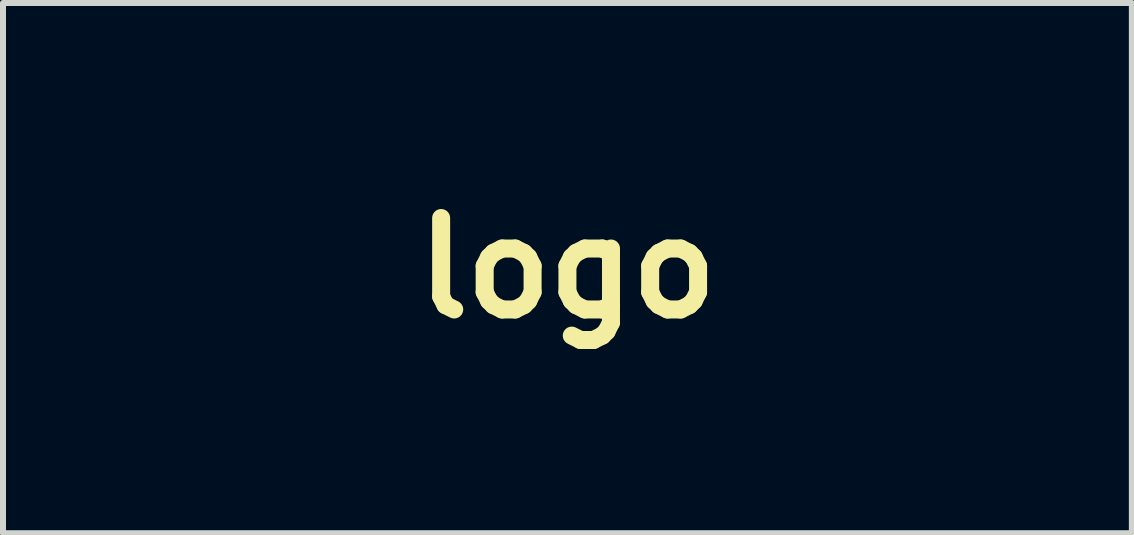
<source format=kicad_pcb>
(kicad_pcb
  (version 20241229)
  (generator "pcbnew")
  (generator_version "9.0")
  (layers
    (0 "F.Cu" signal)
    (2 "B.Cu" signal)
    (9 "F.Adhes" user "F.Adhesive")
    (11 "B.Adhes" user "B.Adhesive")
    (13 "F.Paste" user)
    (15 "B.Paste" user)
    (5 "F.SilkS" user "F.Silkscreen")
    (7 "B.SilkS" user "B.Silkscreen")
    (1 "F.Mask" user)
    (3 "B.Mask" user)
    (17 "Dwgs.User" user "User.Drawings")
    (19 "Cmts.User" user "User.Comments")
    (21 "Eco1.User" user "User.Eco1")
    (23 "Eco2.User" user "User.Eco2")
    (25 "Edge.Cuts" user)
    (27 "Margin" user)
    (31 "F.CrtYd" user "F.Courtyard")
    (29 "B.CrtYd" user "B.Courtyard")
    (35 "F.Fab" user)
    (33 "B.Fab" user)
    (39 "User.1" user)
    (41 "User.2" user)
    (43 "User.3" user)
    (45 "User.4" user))
  (footprint "logo"
    (layer "F.Cu")
    (at 6.406 1.418)
    (property "Reference" "logo" (at 0 0 0) (layer "F.SilkS") (effects (font (size 1.524 1.524) (thickness 0.3))))
    (attr through_hole)
    (fp_poly (pts (xy -4.657 -0.631) (xy -4.611 -0.623) (xy -4.593 -0.603) (xy -4.596 -0.557) (xy -4.604 -0.514) (xy -4.621 -0.447) (xy -4.644 -0.416) (xy -4.688 -0.407) (xy -4.716 -0.406) (xy -4.806 -0.406) (xy -4.789 -0.502) (xy -4.769 -0.582) (xy -4.74 -0.622) (xy -4.691 -0.633) (xy -4.657 -0.631)) (stroke (width 0.01) (type solid)) (fill no) (layer "Eco2.User"))
    (fp_poly (pts (xy 4.081 -0.631) (xy 4.126 -0.623) (xy 4.144 -0.603) (xy 4.141 -0.557) (xy 4.133 -0.514) (xy 4.117 -0.447) (xy 4.094 -0.416) (xy 4.049 -0.407) (xy 4.022 -0.406) (xy 3.931 -0.406) (xy 3.949 -0.502) (xy 3.969 -0.582) (xy 3.998 -0.622) (xy 4.047 -0.633) (xy 4.081 -0.631)) (stroke (width 0.01) (type solid)) (fill no) (layer "Eco2.User"))
    (fp_poly (pts (xy -4.774 -0.226) (xy -4.704 -0.217) (xy -4.674 -0.205) (xy -4.674 -0.203) (xy -4.679 -0.169) (xy -4.693 -0.096) (xy -4.713 0.004) (xy -4.737 0.117) (xy -4.762 0.234) (xy -4.782 0.333) (xy -4.796 0.403) (xy -4.801 0.434) (xy -4.778 0.446) (xy -4.718 0.455) (xy -4.653 0.457) (xy -4.505 0.457) (xy -4.516 0.533) (xy -4.527 0.61) (xy -5.287 0.61) (xy -5.279 0.54) (xy -5.271 0.501) (xy -5.251 0.48) (xy -5.207 0.469) (xy -5.125 0.463) (xy -5.114 0.462) (xy -4.957 0.455) (xy -4.918 0.285) (xy -4.896 0.181) (xy -4.875 0.081) (xy -4.863 0.019) (xy -4.846 -0.076) (xy -4.978 -0.076) (xy -5.056 -0.079) (xy -5.092 -0.088) (xy -5.098 -0.108) (xy -5.095 -0.116) (xy -5.081 -0.174) (xy -5.08 -0.193) (xy -5.069 -0.211) (xy -5.029 -0.223) (xy -4.953 -0.228) (xy -4.877 -0.229) (xy -4.774 -0.226)) (stroke (width 0.01) (type solid)) (fill no) (layer "Eco2.User"))
    (fp_poly (pts (xy 3.964 -0.226) (xy 4.034 -0.217) (xy 4.064 -0.205) (xy 4.064 -0.203) (xy 4.059 -0.169) (xy 4.045 -0.096) (xy 4.024 0.004) (xy 4 0.117) (xy 3.976 0.234) (xy 3.955 0.333) (xy 3.942 0.403) (xy 3.937 0.434) (xy 3.96 0.446) (xy 4.02 0.455) (xy 4.085 0.457) (xy 4.233 0.457) (xy 4.222 0.533) (xy 4.211 0.61) (xy 3.451 0.61) (xy 3.459 0.54) (xy 3.467 0.501) (xy 3.486 0.48) (xy 3.531 0.469) (xy 3.612 0.463) (xy 3.624 0.462) (xy 3.781 0.455) (xy 3.819 0.285) (xy 3.842 0.181) (xy 3.862 0.081) (xy 3.875 0.019) (xy 3.892 -0.076) (xy 3.759 -0.076) (xy 3.682 -0.079) (xy 3.645 -0.088) (xy 3.64 -0.108) (xy 3.642 -0.116) (xy 3.656 -0.174) (xy 3.658 -0.193) (xy 3.669 -0.211) (xy 3.709 -0.223) (xy 3.785 -0.228) (xy 3.861 -0.229) (xy 3.964 -0.226)) (stroke (width 0.01) (type solid)) (fill no) (layer "Eco2.User"))
    (fp_poly (pts (xy 6.258 -0.512) (xy 6.29 -0.502) (xy 6.298 -0.484) (xy 6.298 -0.483) (xy 6.293 -0.446) (xy 6.279 -0.369) (xy 6.257 -0.26) (xy 6.229 -0.128) (xy 6.202 0) (xy 6.106 0.445) (xy 6.253 0.452) (xy 6.343 0.461) (xy 6.39 0.479) (xy 6.401 0.514) (xy 6.385 0.569) (xy 6.373 0.585) (xy 6.343 0.596) (xy 6.29 0.604) (xy 6.205 0.608) (xy 6.08 0.609) (xy 5.996 0.61) (xy 5.622 0.61) (xy 5.633 0.533) (xy 5.642 0.492) (xy 5.66 0.469) (xy 5.7 0.459) (xy 5.775 0.457) (xy 5.802 0.457) (xy 5.96 0.457) (xy 6.041 0.081) (xy 6.069 -0.053) (xy 6.093 -0.172) (xy 6.111 -0.266) (xy 6.12 -0.325) (xy 6.121 -0.338) (xy 6.115 -0.362) (xy 6.088 -0.372) (xy 6.029 -0.37) (xy 5.98 -0.365) (xy 5.839 -0.348) (xy 5.857 -0.422) (xy 5.87 -0.475) (xy 5.877 -0.499) (xy 5.902 -0.502) (xy 5.966 -0.506) (xy 6.056 -0.51) (xy 6.09 -0.512) (xy 6.195 -0.515) (xy 6.258 -0.512)) (stroke (width 0.01) (type solid)) (fill no) (layer "Eco2.User"))
    (fp_poly (pts (xy 3.136 -0.242) (xy 3.176 -0.231) (xy 3.259 -0.187) (xy 3.323 -0.118) (xy 3.352 -0.039) (xy 3.353 -0.027) (xy 3.333 -0.003) (xy 3.287 0.000353) (xy 3.232 -0.013) (xy 3.188 -0.041) (xy 3.181 -0.051) (xy 3.129 -0.096) (xy 3.058 -0.095) (xy 2.969 -0.046) (xy 2.895 0.016) (xy 2.832 0.078) (xy 2.789 0.134) (xy 2.758 0.198) (xy 2.731 0.285) (xy 2.707 0.387) (xy 2.691 0.457) (xy 2.857 0.457) (xy 2.953 0.46) (xy 3.006 0.473) (xy 3.024 0.502) (xy 3.013 0.552) (xy 3.007 0.569) (xy 2.994 0.586) (xy 2.964 0.597) (xy 2.908 0.604) (xy 2.82 0.608) (xy 2.692 0.61) (xy 2.641 0.61) (xy 2.29 0.61) (xy 2.309 0.54) (xy 2.327 0.495) (xy 2.361 0.473) (xy 2.427 0.463) (xy 2.441 0.462) (xy 2.555 0.455) (xy 2.607 0.189) (xy 2.659 -0.076) (xy 2.561 -0.076) (xy 2.491 -0.084) (xy 2.464 -0.115) (xy 2.474 -0.174) (xy 2.479 -0.188) (xy 2.5 -0.211) (xy 2.548 -0.224) (xy 2.633 -0.228) (xy 2.667 -0.229) (xy 2.758 -0.227) (xy 2.809 -0.221) (xy 2.829 -0.208) (xy 2.828 -0.184) (xy 2.827 -0.181) (xy 2.824 -0.156) (xy 2.84 -0.151) (xy 2.882 -0.167) (xy 2.945 -0.197) (xy 3.025 -0.233) (xy 3.081 -0.247) (xy 3.136 -0.242)) (stroke (width 0.01) (type solid)) (fill no) (layer "Eco2.User"))
    (fp_poly (pts (xy 1.984 -0.213) (xy 2.085 -0.152) (xy 2.153 -0.061) (xy 2.183 0.054) (xy 2.17 0.189) (xy 2.168 0.197) (xy 2.16 0.219) (xy 2.145 0.235) (xy 2.115 0.245) (xy 2.062 0.251) (xy 1.976 0.253) (xy 1.852 0.254) (xy 1.791 0.254) (xy 1.429 0.254) (xy 1.442 0.318) (xy 1.48 0.394) (xy 1.552 0.452) (xy 1.644 0.481) (xy 1.668 0.483) (xy 1.739 0.474) (xy 1.834 0.453) (xy 1.907 0.431) (xy 2.002 0.402) (xy 2.06 0.393) (xy 2.093 0.407) (xy 2.112 0.443) (xy 2.115 0.456) (xy 2.114 0.491) (xy 2.081 0.519) (xy 2.023 0.544) (xy 1.88 0.592) (xy 1.769 0.62) (xy 1.675 0.629) (xy 1.585 0.62) (xy 1.518 0.604) (xy 1.41 0.555) (xy 1.338 0.477) (xy 1.298 0.379) (xy 1.289 0.268) (xy 1.309 0.152) (xy 1.339 0.081) (xy 1.499 0.081) (xy 1.522 0.089) (xy 1.586 0.096) (xy 1.68 0.1) (xy 1.765 0.102) (xy 1.887 0.101) (xy 1.965 0.096) (xy 2.01 0.088) (xy 2.029 0.074) (xy 2.032 0.062) (xy 2.015 0.019) (xy 1.974 -0.035) (xy 1.97 -0.039) (xy 1.888 -0.088) (xy 1.787 -0.102) (xy 1.685 -0.081) (xy 1.668 -0.073) (xy 1.608 -0.034) (xy 1.55 0.014) (xy 1.509 0.058) (xy 1.499 0.081) (xy 1.339 0.081) (xy 1.357 0.039) (xy 1.43 -0.065) (xy 1.528 -0.151) (xy 1.648 -0.211) (xy 1.708 -0.228) (xy 1.857 -0.24) (xy 1.984 -0.213)) (stroke (width 0.01) (type solid)) (fill no) (layer "Eco2.User"))
    (fp_poly (pts (xy -5.947 -0.457) (xy -5.755 -0.45) (xy -5.608 -0.429) (xy -5.502 -0.392) (xy -5.432 -0.337) (xy -5.395 -0.262) (xy -5.385 -0.175) (xy -5.407 -0.039) (xy -5.471 0.071) (xy -5.575 0.152) (xy -5.719 0.205) (xy -5.899 0.228) (xy -5.943 0.229) (xy -6.001 0.232) (xy -6.033 0.25) (xy -6.052 0.298) (xy -6.063 0.343) (xy -6.089 0.457) (xy -5.964 0.457) (xy -5.89 0.459) (xy -5.854 0.469) (xy -5.844 0.494) (xy -5.847 0.527) (xy -5.855 0.597) (xy -6.128 0.604) (xy -6.251 0.606) (xy -6.332 0.604) (xy -6.378 0.597) (xy -6.398 0.585) (xy -6.401 0.574) (xy -6.385 0.499) (xy -6.336 0.462) (xy -6.301 0.457) (xy -6.273 0.456) (xy -6.252 0.446) (xy -6.235 0.421) (xy -6.218 0.372) (xy -6.198 0.291) (xy -6.173 0.173) (xy -6.16 0.108) (xy -6.144 0.03) (xy -5.991 0.03) (xy -5.978 0.065) (xy -5.94 0.076) (xy -5.871 0.074) (xy -5.826 0.071) (xy -5.73 0.062) (xy -5.668 0.047) (xy -5.624 0.019) (xy -5.597 -0.009) (xy -5.553 -0.085) (xy -5.537 -0.166) (xy -5.549 -0.237) (xy -5.586 -0.279) (xy -5.638 -0.293) (xy -5.72 -0.302) (xy -5.785 -0.305) (xy -5.935 -0.305) (xy -5.965 -0.143) (xy -5.984 -0.036) (xy -5.991 0.03) (xy -6.144 0.03) (xy -6.133 -0.021) (xy -6.109 -0.133) (xy -6.091 -0.218) (xy -6.079 -0.267) (xy -6.077 -0.273) (xy -6.089 -0.297) (xy -6.14 -0.305) (xy -6.191 -0.31) (xy -6.207 -0.336) (xy -6.203 -0.381) (xy -6.192 -0.457) (xy -5.947 -0.457)) (stroke (width 0.01) (type solid)) (fill no) (layer "Eco2.User"))
    (fp_poly (pts (xy 5.209 -0.22) (xy 5.294 -0.169) (xy 5.329 -0.12) (xy 5.343 -0.066) (xy 5.344 0.013) (xy 5.329 0.123) (xy 5.298 0.27) (xy 5.269 0.392) (xy 5.263 0.437) (xy 5.284 0.455) (xy 5.331 0.457) (xy 5.387 0.461) (xy 5.407 0.482) (xy 5.399 0.533) (xy 5.394 0.552) (xy 5.38 0.585) (xy 5.351 0.602) (xy 5.294 0.609) (xy 5.229 0.61) (xy 5.142 0.607) (xy 5.096 0.596) (xy 5.08 0.576) (xy 5.08 0.571) (xy 5.074 0.547) (xy 5.048 0.55) (xy 5.01 0.568) (xy 4.927 0.599) (xy 4.828 0.618) (xy 4.733 0.624) (xy 4.663 0.613) (xy 4.661 0.612) (xy 4.575 0.55) (xy 4.524 0.463) (xy 4.516 0.389) (xy 4.652 0.389) (xy 4.674 0.427) (xy 4.688 0.443) (xy 4.75 0.476) (xy 4.837 0.476) (xy 4.953 0.44) (xy 4.982 0.428) (xy 5.087 0.365) (xy 5.144 0.289) (xy 5.156 0.224) (xy 5.132 0.211) (xy 5.061 0.205) (xy 4.963 0.207) (xy 4.861 0.214) (xy 4.796 0.226) (xy 4.752 0.246) (xy 4.716 0.28) (xy 4.709 0.288) (xy 4.663 0.348) (xy 4.652 0.389) (xy 4.516 0.389) (xy 4.513 0.362) (xy 4.545 0.262) (xy 4.562 0.235) (xy 4.657 0.146) (xy 4.789 0.089) (xy 4.958 0.066) (xy 4.998 0.065) (xy 5.095 0.062) (xy 5.154 0.055) (xy 5.184 0.039) (xy 5.198 0.015) (xy 5.196 -0.042) (xy 5.152 -0.079) (xy 5.075 -0.097) (xy 4.971 -0.093) (xy 4.846 -0.067) (xy 4.836 -0.064) (xy 4.765 -0.042) (xy 4.719 -0.028) (xy 4.708 -0.026) (xy 4.702 -0.047) (xy 4.692 -0.091) (xy 4.693 -0.133) (xy 4.717 -0.166) (xy 4.773 -0.192) (xy 4.867 -0.216) (xy 4.953 -0.232) (xy 5.093 -0.242) (xy 5.209 -0.22)) (stroke (width 0.01) (type solid)) (fill no) (layer "Eco2.User"))
    (fp_poly (pts (xy -3.096 -0.387) (xy -3.129 -0.329) (xy -3.178 -0.31) (xy -3.206 -0.303) (xy -3.227 -0.286) (xy -3.246 -0.248) (xy -3.264 -0.182) (xy -3.287 -0.079) (xy -3.3 -0.018) (xy -3.341 0.168) (xy -3.382 0.31) (xy -3.427 0.416) (xy -3.48 0.493) (xy -3.545 0.549) (xy -3.626 0.589) (xy -3.65 0.598) (xy -3.778 0.628) (xy -3.911 0.621) (xy -3.929 0.617) (xy -4.003 0.582) (xy -4.074 0.517) (xy -4.123 0.439) (xy -4.13 0.418) (xy -4.131 0.37) (xy -4.124 0.285) (xy -4.109 0.174) (xy -4.089 0.051) (xy -4.067 -0.072) (xy -4.043 -0.183) (xy -4.023 -0.26) (xy -4.024 -0.293) (xy -4.063 -0.304) (xy -4.078 -0.305) (xy -4.126 -0.311) (xy -4.136 -0.339) (xy -4.131 -0.362) (xy -4.119 -0.415) (xy -4.115 -0.438) (xy -4.091 -0.446) (xy -4.028 -0.453) (xy -3.937 -0.457) (xy -3.883 -0.457) (xy -3.774 -0.457) (xy -3.707 -0.454) (xy -3.673 -0.445) (xy -3.662 -0.43) (xy -3.666 -0.405) (xy -3.667 -0.4) (xy -3.679 -0.348) (xy -3.683 -0.325) (xy -3.705 -0.312) (xy -3.761 -0.302) (xy -3.776 -0.3) (xy -3.87 -0.292) (xy -3.928 -0.025) (xy -3.96 0.13) (xy -3.979 0.245) (xy -3.985 0.326) (xy -3.977 0.382) (xy -3.956 0.42) (xy -3.924 0.447) (xy -3.848 0.476) (xy -3.752 0.475) (xy -3.668 0.454) (xy -3.603 0.413) (xy -3.551 0.344) (xy -3.507 0.24) (xy -3.468 0.094) (xy -3.458 0.05) (xy -3.433 -0.064) (xy -3.411 -0.163) (xy -3.394 -0.233) (xy -3.387 -0.26) (xy -3.388 -0.29) (xy -3.419 -0.303) (xy -3.468 -0.305) (xy -3.529 -0.308) (xy -3.551 -0.324) (xy -3.547 -0.361) (xy -3.547 -0.362) (xy -3.534 -0.415) (xy -3.531 -0.438) (xy -3.507 -0.447) (xy -3.444 -0.453) (xy -3.353 -0.457) (xy -3.304 -0.457) (xy -3.078 -0.457) (xy -3.096 -0.387)) (stroke (width 0.01) (type solid)) (fill no) (layer "Eco2.User"))
    (fp_poly (pts (xy -1.6 -0.454) (xy -1.577 -0.453) (xy -1.437 -0.449) (xy -1.338 -0.442) (xy -1.27 -0.433) (xy -1.223 -0.418) (xy -1.185 -0.398) (xy -1.177 -0.391) (xy -1.117 -0.318) (xy -1.093 -0.223) (xy -1.104 -0.122) (xy -1.152 -0.035) (xy -1.191 0.015) (xy -1.199 0.047) (xy -1.179 0.082) (xy -1.166 0.099) (xy -1.124 0.187) (xy -1.123 0.288) (xy -1.158 0.39) (xy -1.225 0.481) (xy -1.31 0.544) (xy -1.36 0.566) (xy -1.417 0.582) (xy -1.494 0.592) (xy -1.599 0.6) (xy -1.743 0.605) (xy -1.77 0.606) (xy -2.131 0.615) (xy -2.111 0.543) (xy -2.08 0.483) (xy -2.018 0.457) (xy -1.804 0.457) (xy -1.6 0.457) (xy -1.494 0.456) (xy -1.426 0.449) (xy -1.38 0.433) (xy -1.343 0.406) (xy -1.332 0.395) (xy -1.289 0.334) (xy -1.27 0.272) (xy -1.27 0.269) (xy -1.289 0.202) (xy -1.349 0.156) (xy -1.451 0.132) (xy -1.554 0.127) (xy -1.725 0.127) (xy -1.749 0.222) (xy -1.77 0.306) (xy -1.787 0.382) (xy -1.789 0.387) (xy -1.804 0.457) (xy -2.018 0.457) (xy -2.018 0.457) (xy -1.989 0.45) (xy -1.966 0.438) (xy -1.948 0.411) (xy -1.93 0.362) (xy -1.91 0.283) (xy -1.885 0.167) (xy -1.866 0.076) (xy -1.84 -0.046) (xy -1.693 -0.046) (xy -1.673 -0.032) (xy -1.62 -0.026) (xy -1.542 -0.025) (xy -1.437 -0.03) (xy -1.366 -0.046) (xy -1.312 -0.078) (xy -1.312 -0.078) (xy -1.265 -0.134) (xy -1.244 -0.2) (xy -1.252 -0.257) (xy -1.285 -0.289) (xy -1.33 -0.298) (xy -1.409 -0.303) (xy -1.485 -0.305) (xy -1.645 -0.305) (xy -1.662 -0.21) (xy -1.677 -0.134) (xy -1.691 -0.075) (xy -1.692 -0.07) (xy -1.693 -0.046) (xy -1.84 -0.046) (xy -1.788 -0.292) (xy -1.862 -0.3) (xy -1.913 -0.312) (xy -1.925 -0.34) (xy -1.921 -0.364) (xy -1.908 -0.417) (xy -1.905 -0.441) (xy -1.881 -0.448) (xy -1.816 -0.453) (xy -1.719 -0.455) (xy -1.6 -0.454)) (stroke (width 0.01) (type solid)) (fill no) (layer "Eco2.User"))
    (fp_poly (pts (xy -2.16 -0.473) (xy -2.14 -0.462) (xy -2.126 -0.438) (xy -2.132 -0.39) (xy -2.159 -0.31) (xy -2.188 -0.226) (xy -2.206 -0.156) (xy -2.21 -0.127) (xy -2.225 -0.087) (xy -2.273 -0.076) (xy -2.319 -0.084) (xy -2.335 -0.119) (xy -2.337 -0.152) (xy -2.359 -0.24) (xy -2.42 -0.302) (xy -2.511 -0.33) (xy -2.529 -0.33) (xy -2.631 -0.314) (xy -2.722 -0.273) (xy -2.788 -0.213) (xy -2.819 -0.145) (xy -2.819 -0.134) (xy -2.795 -0.076) (xy -2.722 -0.031) (xy -2.599 0.000437) (xy -2.591 0.002) (xy -2.464 0.028) (xy -2.378 0.064) (xy -2.323 0.115) (xy -2.288 0.189) (xy -2.284 0.201) (xy -2.268 0.275) (xy -2.276 0.336) (xy -2.302 0.397) (xy -2.353 0.475) (xy -2.419 0.54) (xy -2.431 0.549) (xy -2.549 0.603) (xy -2.682 0.626) (xy -2.812 0.617) (xy -2.923 0.574) (xy -2.933 0.568) (xy -2.99 0.537) (xy -3.018 0.545) (xy -3.023 0.57) (xy -3.035 0.609) (xy -3.079 0.62) (xy -3.118 0.615) (xy -3.155 0.609) (xy -3.17 0.597) (xy -3.166 0.567) (xy -3.144 0.504) (xy -3.137 0.483) (xy -3.113 0.402) (xy -3.1 0.331) (xy -3.099 0.314) (xy -3.09 0.271) (xy -3.053 0.255) (xy -3.023 0.254) (xy -2.968 0.261) (xy -2.948 0.29) (xy -2.946 0.316) (xy -2.924 0.39) (xy -2.863 0.444) (xy -2.774 0.473) (xy -2.665 0.475) (xy -2.587 0.459) (xy -2.506 0.421) (xy -2.454 0.358) (xy -2.444 0.339) (xy -2.418 0.279) (xy -2.417 0.245) (xy -2.442 0.216) (xy -2.456 0.204) (xy -2.513 0.175) (xy -2.597 0.152) (xy -2.643 0.144) (xy -2.775 0.115) (xy -2.867 0.062) (xy -2.928 -0.021) (xy -2.935 -0.037) (xy -2.955 -0.142) (xy -2.933 -0.242) (xy -2.876 -0.329) (xy -2.792 -0.401) (xy -2.689 -0.45) (xy -2.576 -0.473) (xy -2.459 -0.464) (xy -2.347 -0.418) (xy -2.344 -0.417) (xy -2.3 -0.395) (xy -2.274 -0.409) (xy -2.261 -0.432) (xy -2.217 -0.477) (xy -2.16 -0.473)) (stroke (width 0.01) (type solid)) (fill no) (layer "Eco2.User"))
    (fp_poly (pts (xy 1.116 -0.473) (xy 1.136 -0.462) (xy 1.151 -0.438) (xy 1.144 -0.39) (xy 1.117 -0.31) (xy 1.089 -0.226) (xy 1.071 -0.156) (xy 1.067 -0.127) (xy 1.052 -0.087) (xy 1.003 -0.076) (xy 0.958 -0.084) (xy 0.941 -0.119) (xy 0.94 -0.152) (xy 0.918 -0.24) (xy 0.857 -0.302) (xy 0.766 -0.33) (xy 0.748 -0.33) (xy 0.646 -0.314) (xy 0.555 -0.273) (xy 0.488 -0.213) (xy 0.458 -0.145) (xy 0.457 -0.134) (xy 0.482 -0.076) (xy 0.555 -0.031) (xy 0.677 0.000437) (xy 0.686 0.002) (xy 0.812 0.028) (xy 0.898 0.064) (xy 0.954 0.115) (xy 0.989 0.189) (xy 0.993 0.201) (xy 1.009 0.275) (xy 1.001 0.336) (xy 0.975 0.397) (xy 0.923 0.475) (xy 0.857 0.54) (xy 0.845 0.549) (xy 0.727 0.603) (xy 0.595 0.626) (xy 0.465 0.617) (xy 0.354 0.574) (xy 0.344 0.568) (xy 0.287 0.537) (xy 0.259 0.545) (xy 0.254 0.57) (xy 0.241 0.609) (xy 0.198 0.62) (xy 0.159 0.615) (xy 0.122 0.609) (xy 0.107 0.597) (xy 0.111 0.567) (xy 0.132 0.504) (xy 0.14 0.483) (xy 0.164 0.402) (xy 0.177 0.331) (xy 0.178 0.314) (xy 0.187 0.271) (xy 0.223 0.255) (xy 0.254 0.254) (xy 0.309 0.261) (xy 0.328 0.29) (xy 0.33 0.316) (xy 0.353 0.39) (xy 0.413 0.444) (xy 0.503 0.473) (xy 0.611 0.475) (xy 0.689 0.459) (xy 0.77 0.421) (xy 0.823 0.358) (xy 0.832 0.339) (xy 0.858 0.279) (xy 0.86 0.245) (xy 0.835 0.216) (xy 0.821 0.204) (xy 0.763 0.175) (xy 0.68 0.152) (xy 0.634 0.144) (xy 0.502 0.115) (xy 0.41 0.062) (xy 0.349 -0.021) (xy 0.342 -0.037) (xy 0.321 -0.142) (xy 0.343 -0.242) (xy 0.4 -0.329) (xy 0.484 -0.401) (xy 0.587 -0.45) (xy 0.701 -0.473) (xy 0.818 -0.464) (xy 0.93 -0.418) (xy 0.933 -0.417) (xy 0.977 -0.395) (xy 1.002 -0.409) (xy 1.016 -0.432) (xy 1.06 -0.477) (xy 1.116 -0.473)) (stroke (width 0.01) (type solid)) (fill no) (layer "Eco2.User")))
  (gr_rect
    (start -3 -3)
    (end 15.812 5.836)
    (stroke (width 0.1) (type default))
    (fill no)
    (layer "Edge.Cuts")))
</source>
